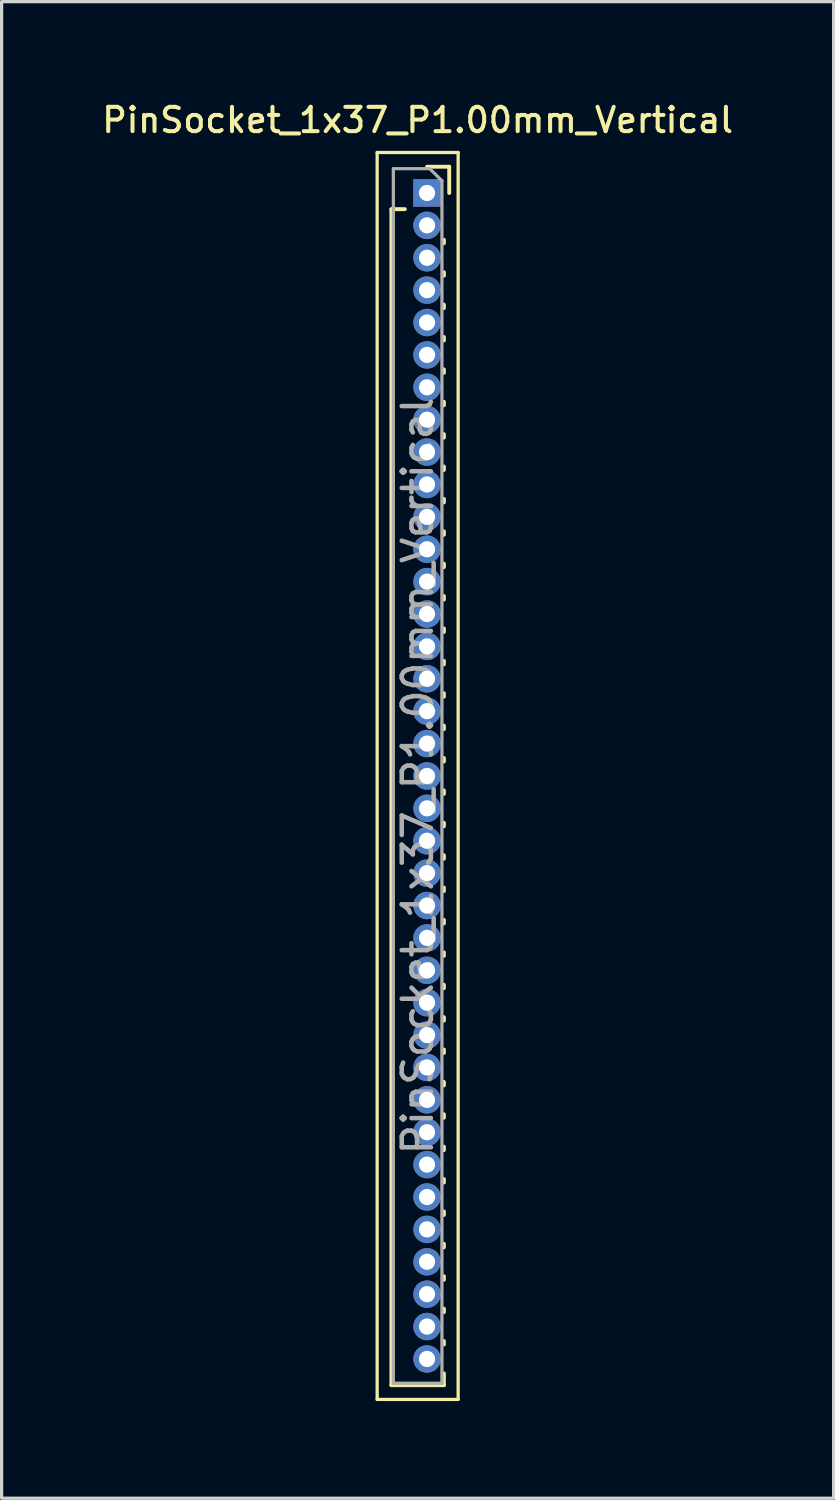
<source format=kicad_pcb>
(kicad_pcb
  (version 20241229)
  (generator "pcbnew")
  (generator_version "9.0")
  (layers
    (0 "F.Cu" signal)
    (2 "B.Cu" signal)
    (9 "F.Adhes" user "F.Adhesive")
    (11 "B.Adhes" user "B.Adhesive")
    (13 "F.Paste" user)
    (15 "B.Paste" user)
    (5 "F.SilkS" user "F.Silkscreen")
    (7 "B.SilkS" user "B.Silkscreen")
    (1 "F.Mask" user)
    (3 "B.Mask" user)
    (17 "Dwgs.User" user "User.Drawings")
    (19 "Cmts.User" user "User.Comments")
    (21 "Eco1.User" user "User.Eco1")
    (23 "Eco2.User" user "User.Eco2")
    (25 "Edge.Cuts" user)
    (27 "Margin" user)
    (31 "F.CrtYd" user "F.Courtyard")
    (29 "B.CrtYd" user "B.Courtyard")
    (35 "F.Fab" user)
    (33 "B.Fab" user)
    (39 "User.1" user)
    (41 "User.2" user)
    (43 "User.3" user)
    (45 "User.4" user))
  (footprint "PinSocket_1x37_P1.00mm_Vertical"
    (layer "F.Cu")
    (at 10.135 2.908)
    (property "Reference" "PinSocket_1x37_P1.00mm_Vertical" (at -0.29 -2.25 0) (layer "F.SilkS") (effects (font (size 0.75 0.75) (thickness 0.125))))
    (attr through_hole)
    (fp_line (start -1.54 -1.25) (end 0.96 -1.25) (stroke (width 0.1) (type solid)) (layer "F.SilkS"))
    (fp_line (start -1.54 37.25) (end -1.54 -1.25) (stroke (width 0.1) (type solid)) (layer "F.SilkS"))
    (fp_line (start -1.1 0.5) (end -1.1 36.81) (stroke (width 0.12) (type solid)) (layer "F.SilkS"))
    (fp_line (start -1.1 0.5) (end -0.685 0.5) (stroke (width 0.12) (type solid)) (layer "F.SilkS"))
    (fp_line (start -1.1 36.81) (end 0.52 36.81) (stroke (width 0.12) (type solid)) (layer "F.SilkS"))
    (fp_line (start 0 -0.81) (end 0.685 -0.81) (stroke (width 0.12) (type solid)) (layer "F.SilkS"))
    (fp_line (start 0.52 1.446) (end 0.52 1.554) (stroke (width 0.12) (type solid)) (layer "F.SilkS"))
    (fp_line (start 0.52 2.446) (end 0.52 2.554) (stroke (width 0.12) (type solid)) (layer "F.SilkS"))
    (fp_line (start 0.52 3.446) (end 0.52 3.554) (stroke (width 0.12) (type solid)) (layer "F.SilkS"))
    (fp_line (start 0.52 4.446) (end 0.52 4.554) (stroke (width 0.12) (type solid)) (layer "F.SilkS"))
    (fp_line (start 0.52 5.446) (end 0.52 5.554) (stroke (width 0.12) (type solid)) (layer "F.SilkS"))
    (fp_line (start 0.52 6.446) (end 0.52 6.554) (stroke (width 0.12) (type solid)) (layer "F.SilkS"))
    (fp_line (start 0.52 7.446) (end 0.52 7.554) (stroke (width 0.12) (type solid)) (layer "F.SilkS"))
    (fp_line (start 0.52 8.446) (end 0.52 8.554) (stroke (width 0.12) (type solid)) (layer "F.SilkS"))
    (fp_line (start 0.52 9.446) (end 0.52 9.554) (stroke (width 0.12) (type solid)) (layer "F.SilkS"))
    (fp_line (start 0.52 10.446) (end 0.52 10.554) (stroke (width 0.12) (type solid)) (layer "F.SilkS"))
    (fp_line (start 0.52 11.446) (end 0.52 11.554) (stroke (width 0.12) (type solid)) (layer "F.SilkS"))
    (fp_line (start 0.52 12.446) (end 0.52 12.554) (stroke (width 0.12) (type solid)) (layer "F.SilkS"))
    (fp_line (start 0.52 13.446) (end 0.52 13.554) (stroke (width 0.12) (type solid)) (layer "F.SilkS"))
    (fp_line (start 0.52 14.446) (end 0.52 14.554) (stroke (width 0.12) (type solid)) (layer "F.SilkS"))
    (fp_line (start 0.52 15.446) (end 0.52 15.554) (stroke (width 0.12) (type solid)) (layer "F.SilkS"))
    (fp_line (start 0.52 16.446) (end 0.52 16.554) (stroke (width 0.12) (type solid)) (layer "F.SilkS"))
    (fp_line (start 0.52 17.446) (end 0.52 17.554) (stroke (width 0.12) (type solid)) (layer "F.SilkS"))
    (fp_line (start 0.52 18.446) (end 0.52 18.554) (stroke (width 0.12) (type solid)) (layer "F.SilkS"))
    (fp_line (start 0.52 19.446) (end 0.52 19.554) (stroke (width 0.12) (type solid)) (layer "F.SilkS"))
    (fp_line (start 0.52 20.446) (end 0.52 20.554) (stroke (width 0.12) (type solid)) (layer "F.SilkS"))
    (fp_line (start 0.52 21.446) (end 0.52 21.554) (stroke (width 0.12) (type solid)) (layer "F.SilkS"))
    (fp_line (start 0.52 22.446) (end 0.52 22.554) (stroke (width 0.12) (type solid)) (layer "F.SilkS"))
    (fp_line (start 0.52 23.446) (end 0.52 23.554) (stroke (width 0.12) (type solid)) (layer "F.SilkS"))
    (fp_line (start 0.52 24.446) (end 0.52 24.554) (stroke (width 0.12) (type solid)) (layer "F.SilkS"))
    (fp_line (start 0.52 25.446) (end 0.52 25.554) (stroke (width 0.12) (type solid)) (layer "F.SilkS"))
    (fp_line (start 0.52 26.446) (end 0.52 26.554) (stroke (width 0.12) (type solid)) (layer "F.SilkS"))
    (fp_line (start 0.52 27.446) (end 0.52 27.554) (stroke (width 0.12) (type solid)) (layer "F.SilkS"))
    (fp_line (start 0.52 28.446) (end 0.52 28.554) (stroke (width 0.12) (type solid)) (layer "F.SilkS"))
    (fp_line (start 0.52 29.446) (end 0.52 29.554) (stroke (width 0.12) (type solid)) (layer "F.SilkS"))
    (fp_line (start 0.52 30.446) (end 0.52 30.554) (stroke (width 0.12) (type solid)) (layer "F.SilkS"))
    (fp_line (start 0.52 31.446) (end 0.52 31.554) (stroke (width 0.12) (type solid)) (layer "F.SilkS"))
    (fp_line (start 0.52 32.446) (end 0.52 32.554) (stroke (width 0.12) (type solid)) (layer "F.SilkS"))
    (fp_line (start 0.52 33.446) (end 0.52 33.554) (stroke (width 0.12) (type solid)) (layer "F.SilkS"))
    (fp_line (start 0.52 34.446) (end 0.52 34.554) (stroke (width 0.12) (type solid)) (layer "F.SilkS"))
    (fp_line (start 0.52 35.446) (end 0.52 35.554) (stroke (width 0.12) (type solid)) (layer "F.SilkS"))
    (fp_line (start 0.52 36.446) (end 0.52 36.81) (stroke (width 0.12) (type solid)) (layer "F.SilkS"))
    (fp_line (start 0.685 -0.81) (end 0.685 0) (stroke (width 0.12) (type solid)) (layer "F.SilkS"))
    (fp_line (start 0.96 -1.25) (end 0.96 37.25) (stroke (width 0.1) (type solid)) (layer "F.SilkS"))
    (fp_line (start 0.96 37.25) (end -1.54 37.25) (stroke (width 0.1) (type solid)) (layer "F.SilkS"))
    (fp_line (start -1.04 -0.75) (end 0.085 -0.75) (stroke (width 0.1) (type solid)) (layer "F.Fab"))
    (fp_line (start -1.04 36.75) (end -1.04 -0.75) (stroke (width 0.1) (type solid)) (layer "F.Fab"))
    (fp_line (start 0.085 -0.75) (end 0.46 -0.375) (stroke (width 0.1) (type solid)) (layer "F.Fab"))
    (fp_line (start 0.46 -0.375) (end 0.46 36.75) (stroke (width 0.1) (type solid)) (layer "F.Fab"))
    (fp_line (start 0.46 36.75) (end -1.04 36.75) (stroke (width 0.1) (type solid)) (layer "F.Fab"))
    (fp_text user "${REFERENCE}" (at -0.29 18 90) (layer "F.Fab") (effects (font (size 0.9 0.9) (thickness 0.14))))
    (pad "1" thru_hole rect (at 0 0) (size 0.85 0.85) (drill 0.5) (layers "*.Cu" "*.Mask"))
    (pad "2" thru_hole oval (at 0 1) (size 0.85 0.85) (drill 0.5) (layers "*.Cu" "*.Mask"))
    (pad "3" thru_hole oval (at 0 2) (size 0.85 0.85) (drill 0.5) (layers "*.Cu" "*.Mask"))
    (pad "4" thru_hole oval (at 0 3) (size 0.85 0.85) (drill 0.5) (layers "*.Cu" "*.Mask"))
    (pad "5" thru_hole oval (at 0 4) (size 0.85 0.85) (drill 0.5) (layers "*.Cu" "*.Mask"))
    (pad "6" thru_hole oval (at 0 5) (size 0.85 0.85) (drill 0.5) (layers "*.Cu" "*.Mask"))
    (pad "7" thru_hole oval (at 0 6) (size 0.85 0.85) (drill 0.5) (layers "*.Cu" "*.Mask"))
    (pad "8" thru_hole oval (at 0 7) (size 0.85 0.85) (drill 0.5) (layers "*.Cu" "*.Mask"))
    (pad "9" thru_hole oval (at 0 8) (size 0.85 0.85) (drill 0.5) (layers "*.Cu" "*.Mask"))
    (pad "10" thru_hole oval (at 0 9) (size 0.85 0.85) (drill 0.5) (layers "*.Cu" "*.Mask"))
    (pad "11" thru_hole oval (at 0 10) (size 0.85 0.85) (drill 0.5) (layers "*.Cu" "*.Mask"))
    (pad "12" thru_hole oval (at 0 11) (size 0.85 0.85) (drill 0.5) (layers "*.Cu" "*.Mask"))
    (pad "13" thru_hole oval (at 0 12) (size 0.85 0.85) (drill 0.5) (layers "*.Cu" "*.Mask"))
    (pad "14" thru_hole oval (at 0 13) (size 0.85 0.85) (drill 0.5) (layers "*.Cu" "*.Mask"))
    (pad "15" thru_hole oval (at 0 14) (size 0.85 0.85) (drill 0.5) (layers "*.Cu" "*.Mask"))
    (pad "16" thru_hole oval (at 0 15) (size 0.85 0.85) (drill 0.5) (layers "*.Cu" "*.Mask"))
    (pad "17" thru_hole oval (at 0 16) (size 0.85 0.85) (drill 0.5) (layers "*.Cu" "*.Mask"))
    (pad "18" thru_hole oval (at 0 17) (size 0.85 0.85) (drill 0.5) (layers "*.Cu" "*.Mask"))
    (pad "19" thru_hole oval (at 0 18) (size 0.85 0.85) (drill 0.5) (layers "*.Cu" "*.Mask"))
    (pad "20" thru_hole oval (at 0 19) (size 0.85 0.85) (drill 0.5) (layers "*.Cu" "*.Mask"))
    (pad "21" thru_hole oval (at 0 20) (size 0.85 0.85) (drill 0.5) (layers "*.Cu" "*.Mask"))
    (pad "22" thru_hole oval (at 0 21) (size 0.85 0.85) (drill 0.5) (layers "*.Cu" "*.Mask"))
    (pad "23" thru_hole oval (at 0 22) (size 0.85 0.85) (drill 0.5) (layers "*.Cu" "*.Mask"))
    (pad "24" thru_hole oval (at 0 23) (size 0.85 0.85) (drill 0.5) (layers "*.Cu" "*.Mask"))
    (pad "25" thru_hole oval (at 0 24) (size 0.85 0.85) (drill 0.5) (layers "*.Cu" "*.Mask"))
    (pad "26" thru_hole oval (at 0 25) (size 0.85 0.85) (drill 0.5) (layers "*.Cu" "*.Mask"))
    (pad "27" thru_hole oval (at 0 26) (size 0.85 0.85) (drill 0.5) (layers "*.Cu" "*.Mask"))
    (pad "28" thru_hole oval (at 0 27) (size 0.85 0.85) (drill 0.5) (layers "*.Cu" "*.Mask"))
    (pad "29" thru_hole oval (at 0 28) (size 0.85 0.85) (drill 0.5) (layers "*.Cu" "*.Mask"))
    (pad "30" thru_hole oval (at 0 29) (size 0.85 0.85) (drill 0.5) (layers "*.Cu" "*.Mask"))
    (pad "31" thru_hole oval (at 0 30) (size 0.85 0.85) (drill 0.5) (layers "*.Cu" "*.Mask"))
    (pad "32" thru_hole oval (at 0 31) (size 0.85 0.85) (drill 0.5) (layers "*.Cu" "*.Mask"))
    (pad "33" thru_hole oval (at 0 32) (size 0.85 0.85) (drill 0.5) (layers "*.Cu" "*.Mask"))
    (pad "34" thru_hole oval (at 0 33) (size 0.85 0.85) (drill 0.5) (layers "*.Cu" "*.Mask"))
    (pad "35" thru_hole oval (at 0 34) (size 0.85 0.85) (drill 0.5) (layers "*.Cu" "*.Mask"))
    (pad "36" thru_hole oval (at 0 35) (size 0.85 0.85) (drill 0.5) (layers "*.Cu" "*.Mask"))
    (pad "37" thru_hole oval (at 0 36) (size 0.85 0.85) (drill 0.5) (layers "*.Cu" "*.Mask")))
  (gr_rect
    (start -3 -3)
    (end 22.689 43.208)
    (stroke (width 0.1) (type default))
    (fill no)
    (layer "Edge.Cuts")))
</source>
